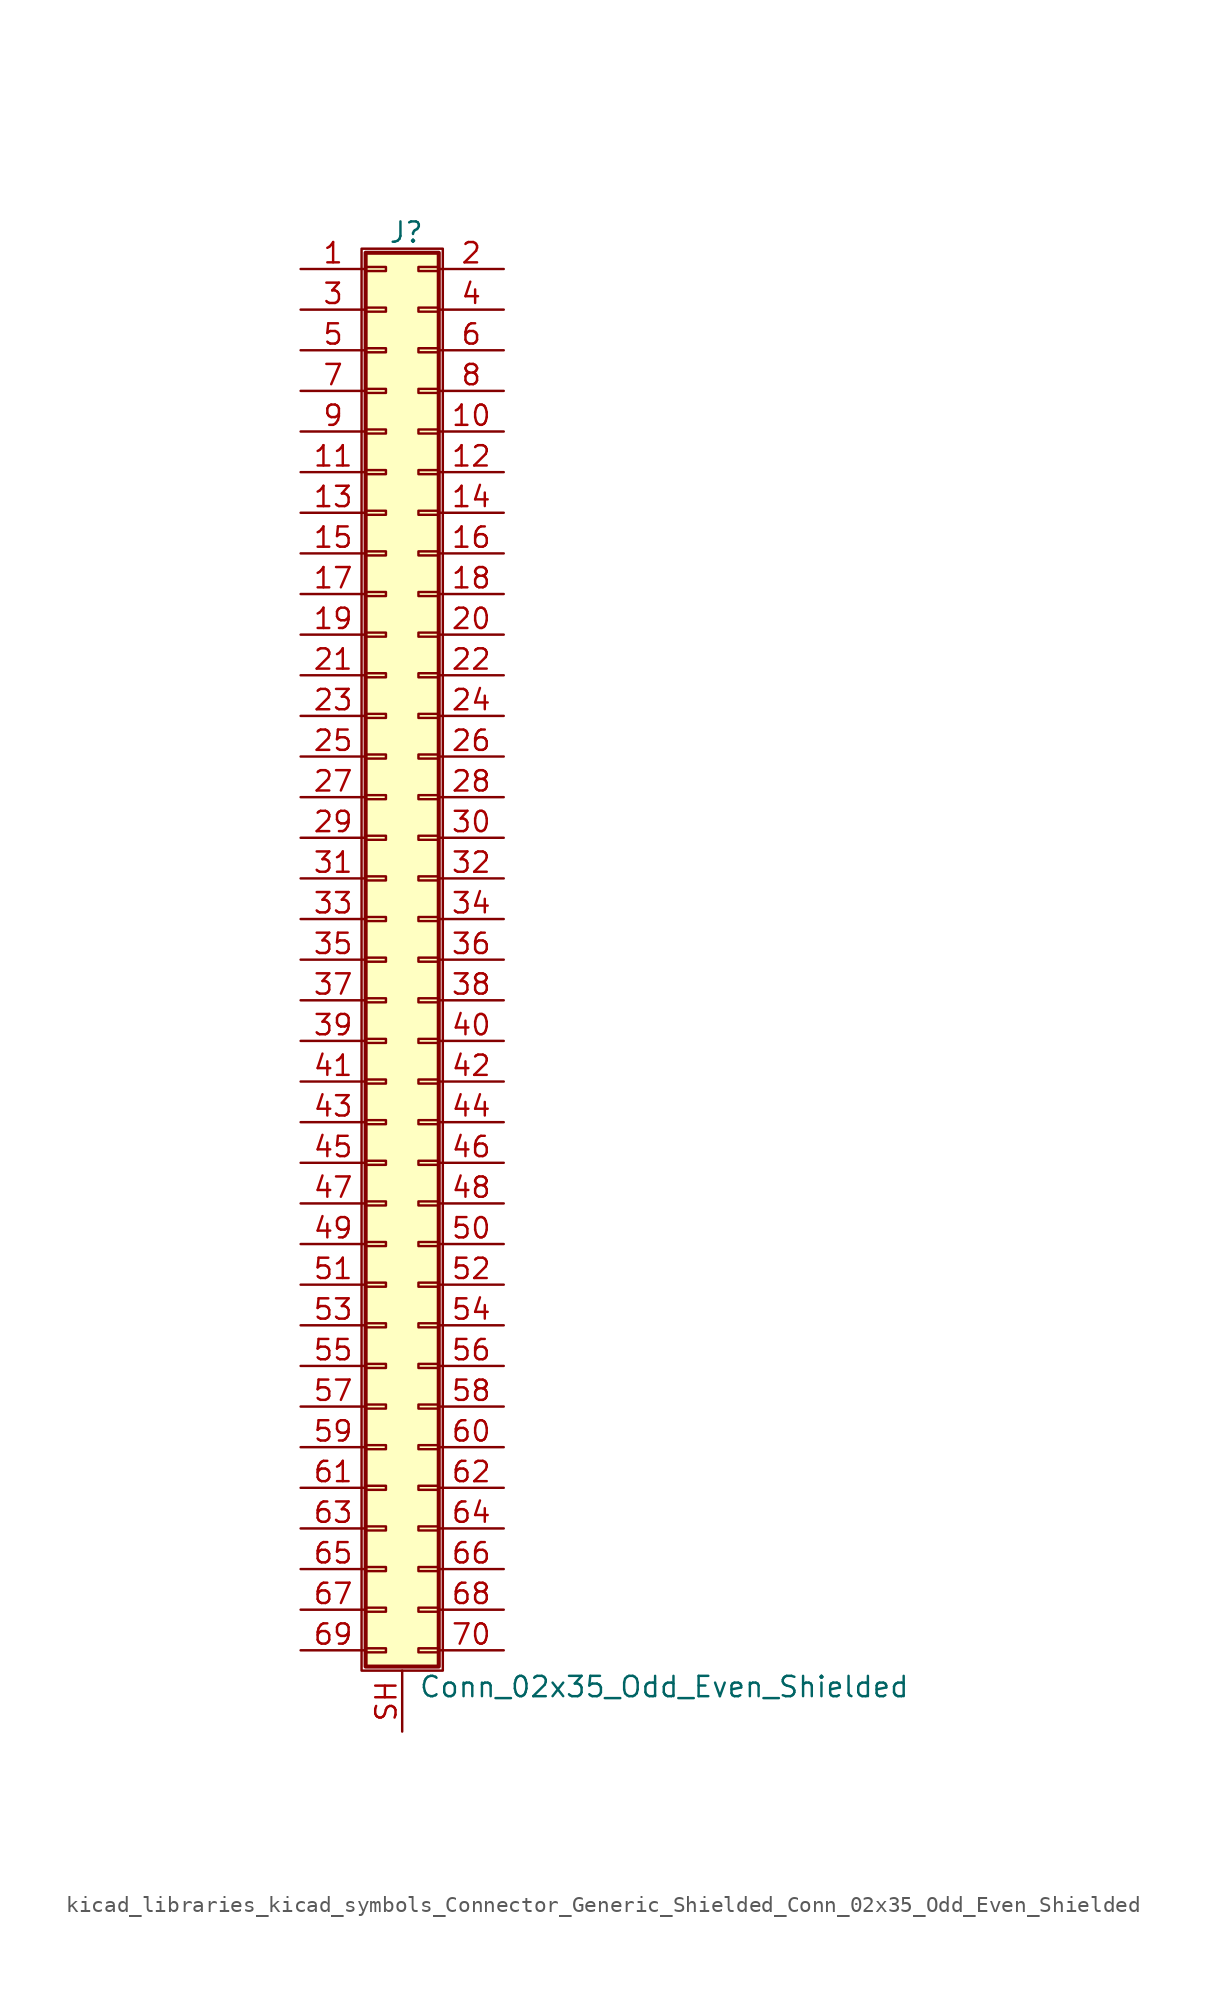
<source format=kicad_sym>
(kicad_symbol_lib
  (version 20220914)
  (generator kicad_symbol_editor)
  (symbol "kicad_libraries_kicad_symbols_Connector_Generic_Shielded_Conn_02x35_Odd_Even_Shielded"
    (pin_names
      (offset 1.016) hide)
    (property "Reference" "J"
      (at 1.524 45.466 0)
      (effects (font (size 1.27 1.27))))
    (property "Value" "Conn_02x35_Odd_Even_Shielded"
      (at 2.286 -45.466 0)
      (effects (font (size 1.27 1.27)) (justify left)))
    (symbol "kicad_libraries_kicad_symbols_Connector_Generic_Shielded_Conn_02x35_Odd_Even_Shielded_1_1"
      (rectangle (start -1.27 44.45) (end 3.81 -44.45) (stroke (width 0.152) (type default)) (fill (type none)))
      (rectangle (start -1.016 -43.053) (end 0.254 -43.307) (stroke (width 0.152) (type default)) (fill (type none)))
      (rectangle (start -1.016 -40.513) (end 0.254 -40.767) (stroke (width 0.152) (type default)) (fill (type none)))
      (rectangle (start -1.016 -37.973) (end 0.254 -38.227) (stroke (width 0.152) (type default)) (fill (type none)))
      (rectangle (start -1.016 -35.433) (end 0.254 -35.687) (stroke (width 0.152) (type default)) (fill (type none)))
      (rectangle (start -1.016 -32.893) (end 0.254 -33.147) (stroke (width 0.152) (type default)) (fill (type none)))
      (rectangle (start -1.016 -30.353) (end 0.254 -30.607) (stroke (width 0.152) (type default)) (fill (type none)))
      (rectangle (start -1.016 -27.813) (end 0.254 -28.067) (stroke (width 0.152) (type default)) (fill (type none)))
      (rectangle (start -1.016 -25.273) (end 0.254 -25.527) (stroke (width 0.152) (type default)) (fill (type none)))
      (rectangle (start -1.016 -22.733) (end 0.254 -22.987) (stroke (width 0.152) (type default)) (fill (type none)))
      (rectangle (start -1.016 -20.193) (end 0.254 -20.447) (stroke (width 0.152) (type default)) (fill (type none)))
      (rectangle (start -1.016 -17.653) (end 0.254 -17.907) (stroke (width 0.152) (type default)) (fill (type none)))
      (rectangle (start -1.016 -15.113) (end 0.254 -15.367) (stroke (width 0.152) (type default)) (fill (type none)))
      (rectangle (start -1.016 -12.573) (end 0.254 -12.827) (stroke (width 0.152) (type default)) (fill (type none)))
      (rectangle (start -1.016 -10.033) (end 0.254 -10.287) (stroke (width 0.152) (type default)) (fill (type none)))
      (rectangle (start -1.016 -7.493) (end 0.254 -7.747) (stroke (width 0.152) (type default)) (fill (type none)))
      (rectangle (start -1.016 -4.953) (end 0.254 -5.207) (stroke (width 0.152) (type default)) (fill (type none)))
      (rectangle (start -1.016 -2.413) (end 0.254 -2.667) (stroke (width 0.152) (type default)) (fill (type none)))
      (rectangle (start -1.016 0.127) (end 0.254 -0.127) (stroke (width 0.152) (type default)) (fill (type none)))
      (rectangle (start -1.016 2.667) (end 0.254 2.413) (stroke (width 0.152) (type default)) (fill (type none)))
      (rectangle (start -1.016 5.207) (end 0.254 4.953) (stroke (width 0.152) (type default)) (fill (type none)))
      (rectangle (start -1.016 7.747) (end 0.254 7.493) (stroke (width 0.152) (type default)) (fill (type none)))
      (rectangle (start -1.016 10.287) (end 0.254 10.033) (stroke (width 0.152) (type default)) (fill (type none)))
      (rectangle (start -1.016 12.827) (end 0.254 12.573) (stroke (width 0.152) (type default)) (fill (type none)))
      (rectangle (start -1.016 15.367) (end 0.254 15.113) (stroke (width 0.152) (type default)) (fill (type none)))
      (rectangle (start -1.016 17.907) (end 0.254 17.653) (stroke (width 0.152) (type default)) (fill (type none)))
      (rectangle (start -1.016 20.447) (end 0.254 20.193) (stroke (width 0.152) (type default)) (fill (type none)))
      (rectangle (start -1.016 22.987) (end 0.254 22.733) (stroke (width 0.152) (type default)) (fill (type none)))
      (rectangle (start -1.016 25.527) (end 0.254 25.273) (stroke (width 0.152) (type default)) (fill (type none)))
      (rectangle (start -1.016 28.067) (end 0.254 27.813) (stroke (width 0.152) (type default)) (fill (type none)))
      (rectangle (start -1.016 30.607) (end 0.254 30.353) (stroke (width 0.152) (type default)) (fill (type none)))
      (rectangle (start -1.016 33.147) (end 0.254 32.893) (stroke (width 0.152) (type default)) (fill (type none)))
      (rectangle (start -1.016 35.687) (end 0.254 35.433) (stroke (width 0.152) (type default)) (fill (type none)))
      (rectangle (start -1.016 38.227) (end 0.254 37.973) (stroke (width 0.152) (type default)) (fill (type none)))
      (rectangle (start -1.016 40.767) (end 0.254 40.513) (stroke (width 0.152) (type default)) (fill (type none)))
      (rectangle (start -1.016 43.307) (end 0.254 43.053) (stroke (width 0.152) (type default)) (fill (type none)))
      (rectangle (start -1.016 44.196) (end 3.556 -44.196) (stroke (width 0.254) (type default)) (fill (type background)))
      (rectangle (start 3.556 -43.053) (end 2.286 -43.307) (stroke (width 0.152) (type default)) (fill (type none)))
      (rectangle (start 3.556 -40.513) (end 2.286 -40.767) (stroke (width 0.152) (type default)) (fill (type none)))
      (rectangle (start 3.556 -37.973) (end 2.286 -38.227) (stroke (width 0.152) (type default)) (fill (type none)))
      (rectangle (start 3.556 -35.433) (end 2.286 -35.687) (stroke (width 0.152) (type default)) (fill (type none)))
      (rectangle (start 3.556 -32.893) (end 2.286 -33.147) (stroke (width 0.152) (type default)) (fill (type none)))
      (rectangle (start 3.556 -30.353) (end 2.286 -30.607) (stroke (width 0.152) (type default)) (fill (type none)))
      (rectangle (start 3.556 -27.813) (end 2.286 -28.067) (stroke (width 0.152) (type default)) (fill (type none)))
      (rectangle (start 3.556 -25.273) (end 2.286 -25.527) (stroke (width 0.152) (type default)) (fill (type none)))
      (rectangle (start 3.556 -22.733) (end 2.286 -22.987) (stroke (width 0.152) (type default)) (fill (type none)))
      (rectangle (start 3.556 -20.193) (end 2.286 -20.447) (stroke (width 0.152) (type default)) (fill (type none)))
      (rectangle (start 3.556 -17.653) (end 2.286 -17.907) (stroke (width 0.152) (type default)) (fill (type none)))
      (rectangle (start 3.556 -15.113) (end 2.286 -15.367) (stroke (width 0.152) (type default)) (fill (type none)))
      (rectangle (start 3.556 -12.573) (end 2.286 -12.827) (stroke (width 0.152) (type default)) (fill (type none)))
      (rectangle (start 3.556 -10.033) (end 2.286 -10.287) (stroke (width 0.152) (type default)) (fill (type none)))
      (rectangle (start 3.556 -7.493) (end 2.286 -7.747) (stroke (width 0.152) (type default)) (fill (type none)))
      (rectangle (start 3.556 -4.953) (end 2.286 -5.207) (stroke (width 0.152) (type default)) (fill (type none)))
      (rectangle (start 3.556 -2.413) (end 2.286 -2.667) (stroke (width 0.152) (type default)) (fill (type none)))
      (rectangle (start 3.556 0.127) (end 2.286 -0.127) (stroke (width 0.152) (type default)) (fill (type none)))
      (rectangle (start 3.556 2.667) (end 2.286 2.413) (stroke (width 0.152) (type default)) (fill (type none)))
      (rectangle (start 3.556 5.207) (end 2.286 4.953) (stroke (width 0.152) (type default)) (fill (type none)))
      (rectangle (start 3.556 7.747) (end 2.286 7.493) (stroke (width 0.152) (type default)) (fill (type none)))
      (rectangle (start 3.556 10.287) (end 2.286 10.033) (stroke (width 0.152) (type default)) (fill (type none)))
      (rectangle (start 3.556 12.827) (end 2.286 12.573) (stroke (width 0.152) (type default)) (fill (type none)))
      (rectangle (start 3.556 15.367) (end 2.286 15.113) (stroke (width 0.152) (type default)) (fill (type none)))
      (rectangle (start 3.556 17.907) (end 2.286 17.653) (stroke (width 0.152) (type default)) (fill (type none)))
      (rectangle (start 3.556 20.447) (end 2.286 20.193) (stroke (width 0.152) (type default)) (fill (type none)))
      (rectangle (start 3.556 22.987) (end 2.286 22.733) (stroke (width 0.152) (type default)) (fill (type none)))
      (rectangle (start 3.556 25.527) (end 2.286 25.273) (stroke (width 0.152) (type default)) (fill (type none)))
      (rectangle (start 3.556 28.067) (end 2.286 27.813) (stroke (width 0.152) (type default)) (fill (type none)))
      (rectangle (start 3.556 30.607) (end 2.286 30.353) (stroke (width 0.152) (type default)) (fill (type none)))
      (rectangle (start 3.556 33.147) (end 2.286 32.893) (stroke (width 0.152) (type default)) (fill (type none)))
      (rectangle (start 3.556 35.687) (end 2.286 35.433) (stroke (width 0.152) (type default)) (fill (type none)))
      (rectangle (start 3.556 38.227) (end 2.286 37.973) (stroke (width 0.152) (type default)) (fill (type none)))
      (rectangle (start 3.556 40.767) (end 2.286 40.513) (stroke (width 0.152) (type default)) (fill (type none)))
      (rectangle (start 3.556 43.307) (end 2.286 43.053) (stroke (width 0.152) (type default)) (fill (type none)))
      (pin passive line (at -5.08 43.18 0) (length 4.064) (name "Pin_1" (effects (font (size 1.27 1.27)))) (number "1" (effects (font (size 1.27 1.27)))))
      (pin passive line (at 7.62 33.02 180) (length 4.064) (name "Pin_10" (effects (font (size 1.27 1.27)))) (number "10" (effects (font (size 1.27 1.27)))))
      (pin passive line (at -5.08 30.48 0) (length 4.064) (name "Pin_11" (effects (font (size 1.27 1.27)))) (number "11" (effects (font (size 1.27 1.27)))))
      (pin passive line (at 7.62 30.48 180) (length 4.064) (name "Pin_12" (effects (font (size 1.27 1.27)))) (number "12" (effects (font (size 1.27 1.27)))))
      (pin passive line (at -5.08 27.94 0) (length 4.064) (name "Pin_13" (effects (font (size 1.27 1.27)))) (number "13" (effects (font (size 1.27 1.27)))))
      (pin passive line (at 7.62 27.94 180) (length 4.064) (name "Pin_14" (effects (font (size 1.27 1.27)))) (number "14" (effects (font (size 1.27 1.27)))))
      (pin passive line (at -5.08 25.4 0) (length 4.064) (name "Pin_15" (effects (font (size 1.27 1.27)))) (number "15" (effects (font (size 1.27 1.27)))))
      (pin passive line (at 7.62 25.4 180) (length 4.064) (name "Pin_16" (effects (font (size 1.27 1.27)))) (number "16" (effects (font (size 1.27 1.27)))))
      (pin passive line (at -5.08 22.86 0) (length 4.064) (name "Pin_17" (effects (font (size 1.27 1.27)))) (number "17" (effects (font (size 1.27 1.27)))))
      (pin passive line (at 7.62 22.86 180) (length 4.064) (name "Pin_18" (effects (font (size 1.27 1.27)))) (number "18" (effects (font (size 1.27 1.27)))))
      (pin passive line (at -5.08 20.32 0) (length 4.064) (name "Pin_19" (effects (font (size 1.27 1.27)))) (number "19" (effects (font (size 1.27 1.27)))))
      (pin passive line (at 7.62 43.18 180) (length 4.064) (name "Pin_2" (effects (font (size 1.27 1.27)))) (number "2" (effects (font (size 1.27 1.27)))))
      (pin passive line (at 7.62 20.32 180) (length 4.064) (name "Pin_20" (effects (font (size 1.27 1.27)))) (number "20" (effects (font (size 1.27 1.27)))))
      (pin passive line (at -5.08 17.78 0) (length 4.064) (name "Pin_21" (effects (font (size 1.27 1.27)))) (number "21" (effects (font (size 1.27 1.27)))))
      (pin passive line (at 7.62 17.78 180) (length 4.064) (name "Pin_22" (effects (font (size 1.27 1.27)))) (number "22" (effects (font (size 1.27 1.27)))))
      (pin passive line (at -5.08 15.24 0) (length 4.064) (name "Pin_23" (effects (font (size 1.27 1.27)))) (number "23" (effects (font (size 1.27 1.27)))))
      (pin passive line (at 7.62 15.24 180) (length 4.064) (name "Pin_24" (effects (font (size 1.27 1.27)))) (number "24" (effects (font (size 1.27 1.27)))))
      (pin passive line (at -5.08 12.7 0) (length 4.064) (name "Pin_25" (effects (font (size 1.27 1.27)))) (number "25" (effects (font (size 1.27 1.27)))))
      (pin passive line (at 7.62 12.7 180) (length 4.064) (name "Pin_26" (effects (font (size 1.27 1.27)))) (number "26" (effects (font (size 1.27 1.27)))))
      (pin passive line (at -5.08 10.16 0) (length 4.064) (name "Pin_27" (effects (font (size 1.27 1.27)))) (number "27" (effects (font (size 1.27 1.27)))))
      (pin passive line (at 7.62 10.16 180) (length 4.064) (name "Pin_28" (effects (font (size 1.27 1.27)))) (number "28" (effects (font (size 1.27 1.27)))))
      (pin passive line (at -5.08 7.62 0) (length 4.064) (name "Pin_29" (effects (font (size 1.27 1.27)))) (number "29" (effects (font (size 1.27 1.27)))))
      (pin passive line (at -5.08 40.64 0) (length 4.064) (name "Pin_3" (effects (font (size 1.27 1.27)))) (number "3" (effects (font (size 1.27 1.27)))))
      (pin passive line (at 7.62 7.62 180) (length 4.064) (name "Pin_30" (effects (font (size 1.27 1.27)))) (number "30" (effects (font (size 1.27 1.27)))))
      (pin passive line (at -5.08 5.08 0) (length 4.064) (name "Pin_31" (effects (font (size 1.27 1.27)))) (number "31" (effects (font (size 1.27 1.27)))))
      (pin passive line (at 7.62 5.08 180) (length 4.064) (name "Pin_32" (effects (font (size 1.27 1.27)))) (number "32" (effects (font (size 1.27 1.27)))))
      (pin passive line (at -5.08 2.54 0) (length 4.064) (name "Pin_33" (effects (font (size 1.27 1.27)))) (number "33" (effects (font (size 1.27 1.27)))))
      (pin passive line (at 7.62 2.54 180) (length 4.064) (name "Pin_34" (effects (font (size 1.27 1.27)))) (number "34" (effects (font (size 1.27 1.27)))))
      (pin passive line (at -5.08 0 0) (length 4.064) (name "Pin_35" (effects (font (size 1.27 1.27)))) (number "35" (effects (font (size 1.27 1.27)))))
      (pin passive line (at 7.62 0 180) (length 4.064) (name "Pin_36" (effects (font (size 1.27 1.27)))) (number "36" (effects (font (size 1.27 1.27)))))
      (pin passive line (at -5.08 -2.54 0) (length 4.064) (name "Pin_37" (effects (font (size 1.27 1.27)))) (number "37" (effects (font (size 1.27 1.27)))))
      (pin passive line (at 7.62 -2.54 180) (length 4.064) (name "Pin_38" (effects (font (size 1.27 1.27)))) (number "38" (effects (font (size 1.27 1.27)))))
      (pin passive line (at -5.08 -5.08 0) (length 4.064) (name "Pin_39" (effects (font (size 1.27 1.27)))) (number "39" (effects (font (size 1.27 1.27)))))
      (pin passive line (at 7.62 40.64 180) (length 4.064) (name "Pin_4" (effects (font (size 1.27 1.27)))) (number "4" (effects (font (size 1.27 1.27)))))
      (pin passive line (at 7.62 -5.08 180) (length 4.064) (name "Pin_40" (effects (font (size 1.27 1.27)))) (number "40" (effects (font (size 1.27 1.27)))))
      (pin passive line (at -5.08 -7.62 0) (length 4.064) (name "Pin_41" (effects (font (size 1.27 1.27)))) (number "41" (effects (font (size 1.27 1.27)))))
      (pin passive line (at 7.62 -7.62 180) (length 4.064) (name "Pin_42" (effects (font (size 1.27 1.27)))) (number "42" (effects (font (size 1.27 1.27)))))
      (pin passive line (at -5.08 -10.16 0) (length 4.064) (name "Pin_43" (effects (font (size 1.27 1.27)))) (number "43" (effects (font (size 1.27 1.27)))))
      (pin passive line (at 7.62 -10.16 180) (length 4.064) (name "Pin_44" (effects (font (size 1.27 1.27)))) (number "44" (effects (font (size 1.27 1.27)))))
      (pin passive line (at -5.08 -12.7 0) (length 4.064) (name "Pin_45" (effects (font (size 1.27 1.27)))) (number "45" (effects (font (size 1.27 1.27)))))
      (pin passive line (at 7.62 -12.7 180) (length 4.064) (name "Pin_46" (effects (font (size 1.27 1.27)))) (number "46" (effects (font (size 1.27 1.27)))))
      (pin passive line (at -5.08 -15.24 0) (length 4.064) (name "Pin_47" (effects (font (size 1.27 1.27)))) (number "47" (effects (font (size 1.27 1.27)))))
      (pin passive line (at 7.62 -15.24 180) (length 4.064) (name "Pin_48" (effects (font (size 1.27 1.27)))) (number "48" (effects (font (size 1.27 1.27)))))
      (pin passive line (at -5.08 -17.78 0) (length 4.064) (name "Pin_49" (effects (font (size 1.27 1.27)))) (number "49" (effects (font (size 1.27 1.27)))))
      (pin passive line (at -5.08 38.1 0) (length 4.064) (name "Pin_5" (effects (font (size 1.27 1.27)))) (number "5" (effects (font (size 1.27 1.27)))))
      (pin passive line (at 7.62 -17.78 180) (length 4.064) (name "Pin_50" (effects (font (size 1.27 1.27)))) (number "50" (effects (font (size 1.27 1.27)))))
      (pin passive line (at -5.08 -20.32 0) (length 4.064) (name "Pin_51" (effects (font (size 1.27 1.27)))) (number "51" (effects (font (size 1.27 1.27)))))
      (pin passive line (at 7.62 -20.32 180) (length 4.064) (name "Pin_52" (effects (font (size 1.27 1.27)))) (number "52" (effects (font (size 1.27 1.27)))))
      (pin passive line (at -5.08 -22.86 0) (length 4.064) (name "Pin_53" (effects (font (size 1.27 1.27)))) (number "53" (effects (font (size 1.27 1.27)))))
      (pin passive line (at 7.62 -22.86 180) (length 4.064) (name "Pin_54" (effects (font (size 1.27 1.27)))) (number "54" (effects (font (size 1.27 1.27)))))
      (pin passive line (at -5.08 -25.4 0) (length 4.064) (name "Pin_55" (effects (font (size 1.27 1.27)))) (number "55" (effects (font (size 1.27 1.27)))))
      (pin passive line (at 7.62 -25.4 180) (length 4.064) (name "Pin_56" (effects (font (size 1.27 1.27)))) (number "56" (effects (font (size 1.27 1.27)))))
      (pin passive line (at -5.08 -27.94 0) (length 4.064) (name "Pin_57" (effects (font (size 1.27 1.27)))) (number "57" (effects (font (size 1.27 1.27)))))
      (pin passive line (at 7.62 -27.94 180) (length 4.064) (name "Pin_58" (effects (font (size 1.27 1.27)))) (number "58" (effects (font (size 1.27 1.27)))))
      (pin passive line (at -5.08 -30.48 0) (length 4.064) (name "Pin_59" (effects (font (size 1.27 1.27)))) (number "59" (effects (font (size 1.27 1.27)))))
      (pin passive line (at 7.62 38.1 180) (length 4.064) (name "Pin_6" (effects (font (size 1.27 1.27)))) (number "6" (effects (font (size 1.27 1.27)))))
      (pin passive line (at 7.62 -30.48 180) (length 4.064) (name "Pin_60" (effects (font (size 1.27 1.27)))) (number "60" (effects (font (size 1.27 1.27)))))
      (pin passive line (at -5.08 -33.02 0) (length 4.064) (name "Pin_61" (effects (font (size 1.27 1.27)))) (number "61" (effects (font (size 1.27 1.27)))))
      (pin passive line (at 7.62 -33.02 180) (length 4.064) (name "Pin_62" (effects (font (size 1.27 1.27)))) (number "62" (effects (font (size 1.27 1.27)))))
      (pin passive line (at -5.08 -35.56 0) (length 4.064) (name "Pin_63" (effects (font (size 1.27 1.27)))) (number "63" (effects (font (size 1.27 1.27)))))
      (pin passive line (at 7.62 -35.56 180) (length 4.064) (name "Pin_64" (effects (font (size 1.27 1.27)))) (number "64" (effects (font (size 1.27 1.27)))))
      (pin passive line (at -5.08 -38.1 0) (length 4.064) (name "Pin_65" (effects (font (size 1.27 1.27)))) (number "65" (effects (font (size 1.27 1.27)))))
      (pin passive line (at 7.62 -38.1 180) (length 4.064) (name "Pin_66" (effects (font (size 1.27 1.27)))) (number "66" (effects (font (size 1.27 1.27)))))
      (pin passive line (at -5.08 -40.64 0) (length 4.064) (name "Pin_67" (effects (font (size 1.27 1.27)))) (number "67" (effects (font (size 1.27 1.27)))))
      (pin passive line (at 7.62 -40.64 180) (length 4.064) (name "Pin_68" (effects (font (size 1.27 1.27)))) (number "68" (effects (font (size 1.27 1.27)))))
      (pin passive line (at -5.08 -43.18 0) (length 4.064) (name "Pin_69" (effects (font (size 1.27 1.27)))) (number "69" (effects (font (size 1.27 1.27)))))
      (pin passive line (at -5.08 35.56 0) (length 4.064) (name "Pin_7" (effects (font (size 1.27 1.27)))) (number "7" (effects (font (size 1.27 1.27)))))
      (pin passive line (at 7.62 -43.18 180) (length 4.064) (name "Pin_70" (effects (font (size 1.27 1.27)))) (number "70" (effects (font (size 1.27 1.27)))))
      (pin passive line (at 7.62 35.56 180) (length 4.064) (name "Pin_8" (effects (font (size 1.27 1.27)))) (number "8" (effects (font (size 1.27 1.27)))))
      (pin passive line (at -5.08 33.02 0) (length 4.064) (name "Pin_9" (effects (font (size 1.27 1.27)))) (number "9" (effects (font (size 1.27 1.27)))))
      (pin passive line (at 1.27 -48.26 90) (length 3.81) (name "Shield" (effects (font (size 1.27 1.27)))) (number "SH" (effects (font (size 1.27 1.27))))))))
</source>
